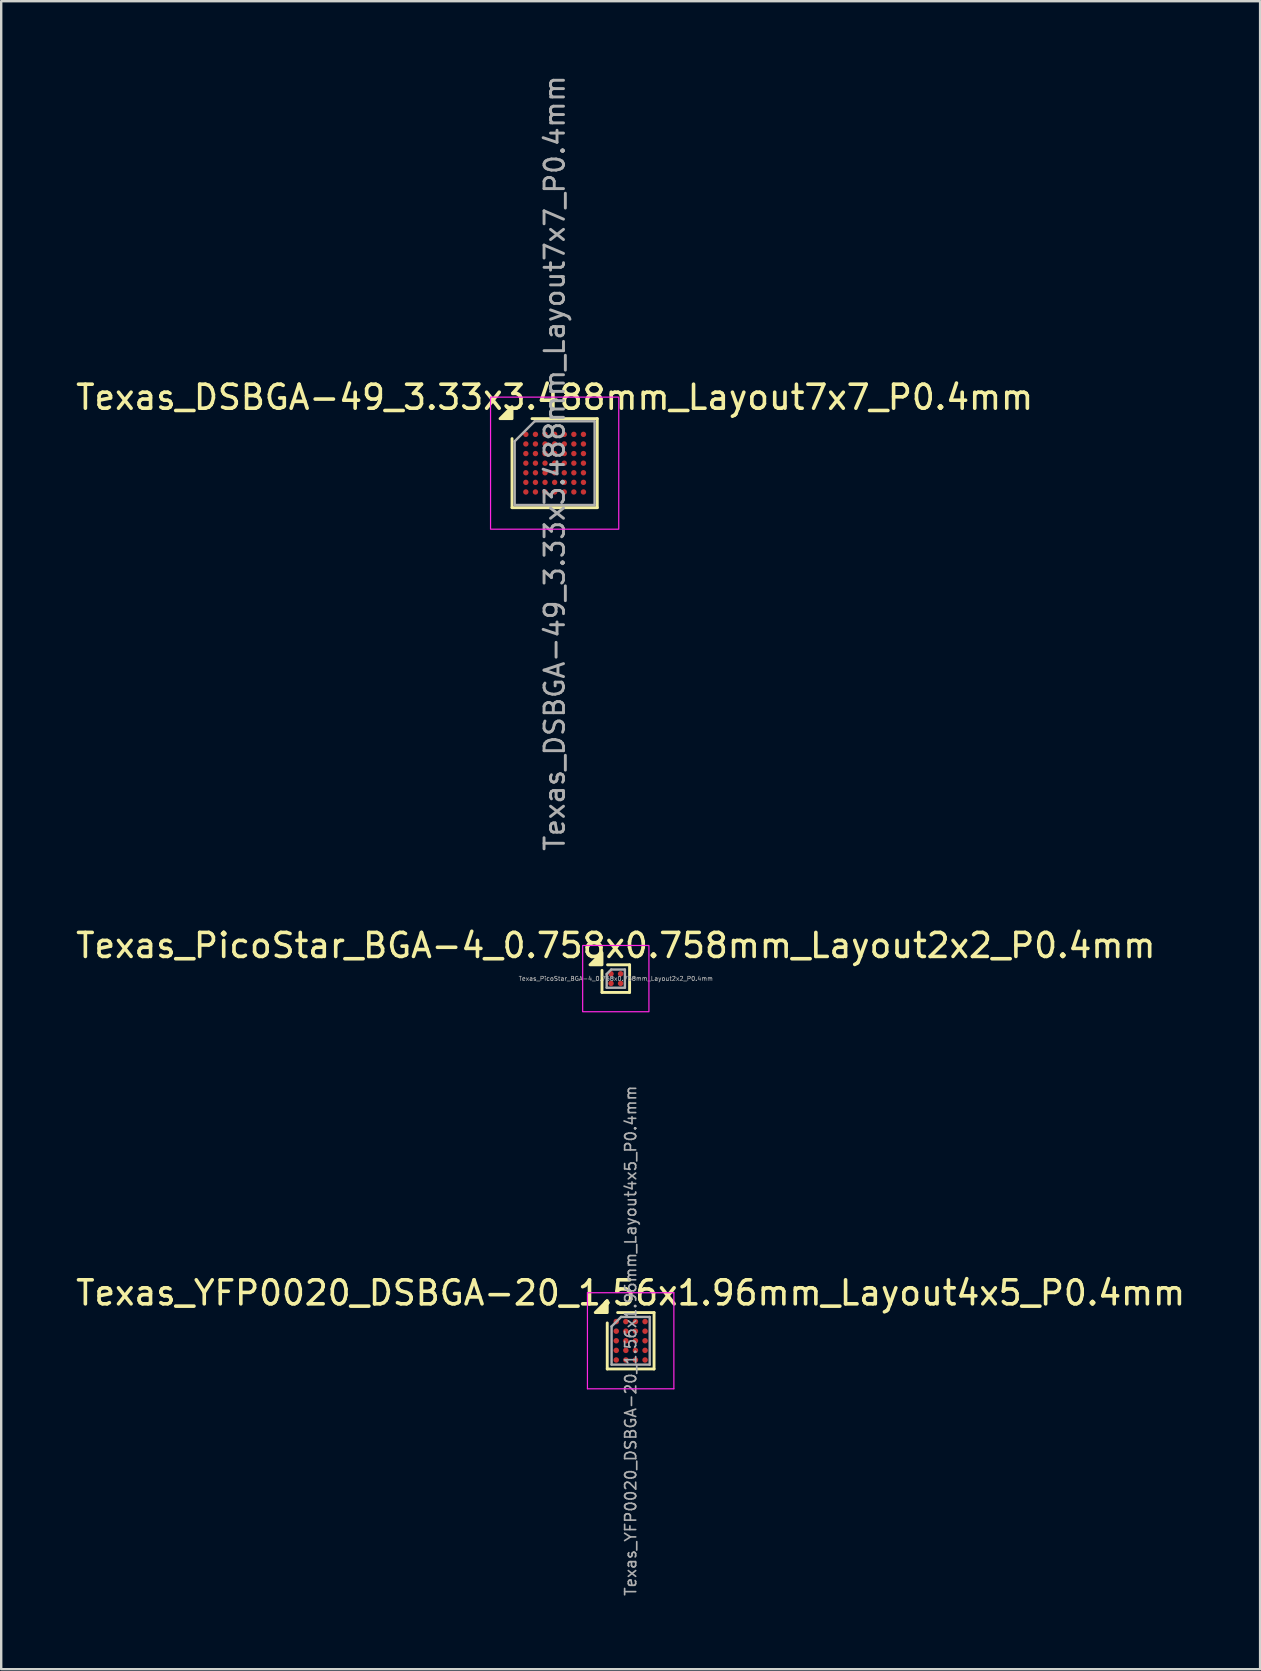
<source format=kicad_pcb>
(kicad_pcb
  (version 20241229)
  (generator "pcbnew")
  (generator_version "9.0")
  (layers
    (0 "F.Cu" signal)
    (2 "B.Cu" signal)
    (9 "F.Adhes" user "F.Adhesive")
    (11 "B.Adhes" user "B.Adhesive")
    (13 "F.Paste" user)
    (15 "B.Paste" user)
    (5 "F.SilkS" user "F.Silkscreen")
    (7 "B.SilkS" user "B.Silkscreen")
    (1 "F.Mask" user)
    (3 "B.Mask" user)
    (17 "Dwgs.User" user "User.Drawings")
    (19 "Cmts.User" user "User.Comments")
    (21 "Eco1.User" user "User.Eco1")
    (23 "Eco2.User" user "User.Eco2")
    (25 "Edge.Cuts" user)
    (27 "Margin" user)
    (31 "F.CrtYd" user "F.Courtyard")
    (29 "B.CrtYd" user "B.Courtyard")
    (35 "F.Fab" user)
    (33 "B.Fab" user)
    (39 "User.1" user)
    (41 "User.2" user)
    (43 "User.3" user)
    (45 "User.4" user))
  (footprint "Texas_YFP0020_DSBGA-20_1.56x1.96mm_Layout4x5_P0.4mm"
    (layer "F.Cu")
    (at 23.22 52.8)
    (property "Reference" "Texas_YFP0020_DSBGA-20_1.56x1.96mm_Layout4x5_P0.4mm" (at 0 -1.994 0) (layer "F.SilkS") (effects (font (size 1 1) (thickness 0.15))))
    (attr smd)
    (fp_line (start -0.975 1.175) (end -0.975 -0.743) (stroke (width 0.12) (type solid)) (layer "F.SilkS"))
    (fp_line (start -0.542 -1.175) (end 0.975 -1.175) (stroke (width 0.12) (type solid)) (layer "F.SilkS"))
    (fp_line (start 0.975 -1.175) (end 0.975 1.175) (stroke (width 0.12) (type solid)) (layer "F.SilkS"))
    (fp_line (start 0.975 1.175) (end -0.975 1.175) (stroke (width 0.12) (type solid)) (layer "F.SilkS"))
    (fp_poly (pts (xy -0.975 -1.175) (xy -1.475 -1.175) (xy -0.975 -1.675) (xy -0.975 -1.175)) (stroke (width 0.12) (type solid)) (fill yes) (layer "F.SilkS"))
    (fp_line (start -1.8 -2) (end -1.8 2) (stroke (width 0.05) (type solid)) (layer "F.CrtYd"))
    (fp_line (start -1.8 2) (end 1.8 2) (stroke (width 0.05) (type solid)) (layer "F.CrtYd"))
    (fp_line (start 1.8 -2) (end -1.8 -2) (stroke (width 0.05) (type solid)) (layer "F.CrtYd"))
    (fp_line (start 1.8 2) (end 1.8 -2) (stroke (width 0.05) (type solid)) (layer "F.CrtYd"))
    (fp_line (start -0.794 -0.597) (end -0.397 -0.994) (stroke (width 0.1) (type solid)) (layer "F.Fab"))
    (fp_line (start -0.794 0.994) (end -0.794 -0.597) (stroke (width 0.1) (type solid)) (layer "F.Fab"))
    (fp_line (start -0.397 -0.994) (end 0.794 -0.994) (stroke (width 0.1) (type solid)) (layer "F.Fab"))
    (fp_line (start 0.794 -0.994) (end 0.794 0.994) (stroke (width 0.1) (type solid)) (layer "F.Fab"))
    (fp_line (start 0.794 0.994) (end -0.794 0.994) (stroke (width 0.1) (type solid)) (layer "F.Fab"))
    (fp_text user "${REFERENCE}" (at 0 0 270) (layer "F.Fab") (effects (font (size 0.46 0.46) (thickness 0.069))))
    (pad "A1" smd circle (at -0.6 -0.8) (size 0.23 0.23) (property pad_prop_bga) (layers "F.Cu" "F.Mask" "F.Paste"))
    (pad "A2" smd circle (at -0.2 -0.8) (size 0.23 0.23) (property pad_prop_bga) (layers "F.Cu" "F.Mask" "F.Paste"))
    (pad "A3" smd circle (at 0.2 -0.8) (size 0.23 0.23) (property pad_prop_bga) (layers "F.Cu" "F.Mask" "F.Paste"))
    (pad "A4" smd circle (at 0.6 -0.8) (size 0.23 0.23) (property pad_prop_bga) (layers "F.Cu" "F.Mask" "F.Paste"))
    (pad "B1" smd circle (at -0.6 -0.4) (size 0.23 0.23) (property pad_prop_bga) (layers "F.Cu" "F.Mask" "F.Paste"))
    (pad "B2" smd circle (at -0.2 -0.4) (size 0.23 0.23) (property pad_prop_bga) (layers "F.Cu" "F.Mask" "F.Paste"))
    (pad "B3" smd circle (at 0.2 -0.4) (size 0.23 0.23) (property pad_prop_bga) (layers "F.Cu" "F.Mask" "F.Paste"))
    (pad "B4" smd circle (at 0.6 -0.4) (size 0.23 0.23) (property pad_prop_bga) (layers "F.Cu" "F.Mask" "F.Paste"))
    (pad "C1" smd circle (at -0.6 0) (size 0.23 0.23) (property pad_prop_bga) (layers "F.Cu" "F.Mask" "F.Paste"))
    (pad "C2" smd circle (at -0.2 0) (size 0.23 0.23) (property pad_prop_bga) (layers "F.Cu" "F.Mask" "F.Paste"))
    (pad "C3" smd circle (at 0.2 0) (size 0.23 0.23) (property pad_prop_bga) (layers "F.Cu" "F.Mask" "F.Paste"))
    (pad "C4" smd circle (at 0.6 0) (size 0.23 0.23) (property pad_prop_bga) (layers "F.Cu" "F.Mask" "F.Paste"))
    (pad "D1" smd circle (at -0.6 0.4) (size 0.23 0.23) (property pad_prop_bga) (layers "F.Cu" "F.Mask" "F.Paste"))
    (pad "D2" smd circle (at -0.2 0.4) (size 0.23 0.23) (property pad_prop_bga) (layers "F.Cu" "F.Mask" "F.Paste"))
    (pad "D3" smd circle (at 0.2 0.4) (size 0.23 0.23) (property pad_prop_bga) (layers "F.Cu" "F.Mask" "F.Paste"))
    (pad "D4" smd circle (at 0.6 0.4) (size 0.23 0.23) (property pad_prop_bga) (layers "F.Cu" "F.Mask" "F.Paste"))
    (pad "E1" smd circle (at -0.6 0.8) (size 0.23 0.23) (property pad_prop_bga) (layers "F.Cu" "F.Mask" "F.Paste"))
    (pad "E2" smd circle (at -0.2 0.8) (size 0.23 0.23) (property pad_prop_bga) (layers "F.Cu" "F.Mask" "F.Paste"))
    (pad "E3" smd circle (at 0.2 0.8) (size 0.23 0.23) (property pad_prop_bga) (layers "F.Cu" "F.Mask" "F.Paste"))
    (pad "E4" smd circle (at 0.6 0.8) (size 0.23 0.23) (property pad_prop_bga) (layers "F.Cu" "F.Mask" "F.Paste")))
  (footprint "Texas_DSBGA-49_3.33x3.488mm_Layout7x7_P0.4mm"
    (layer "F.Cu")
    (at 20.054 16.243)
    (property "Reference" "Texas_DSBGA-49_3.33x3.488mm_Layout7x7_P0.4mm" (at 0 -2.744 0) (layer "F.SilkS") (effects (font (size 1 1) (thickness 0.15))))
    (attr smd)
    (fp_line (start -1.775 1.854) (end -1.775 -1.022) (stroke (width 0.12) (type solid)) (layer "F.SilkS"))
    (fp_line (start -0.943 -1.854) (end 1.775 -1.854) (stroke (width 0.12) (type solid)) (layer "F.SilkS"))
    (fp_line (start 1.775 -1.854) (end 1.775 1.854) (stroke (width 0.12) (type solid)) (layer "F.SilkS"))
    (fp_line (start 1.775 1.854) (end -1.775 1.854) (stroke (width 0.12) (type solid)) (layer "F.SilkS"))
    (fp_poly (pts (xy -1.775 -1.854) (xy -2.275 -1.854) (xy -1.775 -2.354)) (stroke (width 0.12) (type solid)) (fill yes) (layer "F.SilkS"))
    (fp_rect (start -2.67 -2.75) (end 2.67 2.75) (stroke (width 0.05) (type solid)) (fill no) (layer "F.CrtYd"))
    (fp_line (start -1.665 -0.911) (end -0.833 -1.744) (stroke (width 0.1) (type solid)) (layer "F.Fab"))
    (fp_line (start -1.665 1.744) (end -1.665 -0.911) (stroke (width 0.1) (type solid)) (layer "F.Fab"))
    (fp_line (start -0.833 -1.744) (end 1.665 -1.744) (stroke (width 0.1) (type solid)) (layer "F.Fab"))
    (fp_line (start 1.665 -1.744) (end 1.665 1.744) (stroke (width 0.1) (type solid)) (layer "F.Fab"))
    (fp_line (start 1.665 1.744) (end -1.665 1.744) (stroke (width 0.1) (type solid)) (layer "F.Fab"))
    (fp_text user "${REFERENCE}" (at 0 0 270) (layer "F.Fab") (effects (font (size 0.81 0.81) (thickness 0.121))))
    (pad "A1" smd circle (at -1.2 -1.2) (size 0.225 0.225) (property pad_prop_bga) (layers "F.Cu" "F.Mask" "F.Paste"))
    (pad "A2" smd circle (at -0.8 -1.2) (size 0.225 0.225) (property pad_prop_bga) (layers "F.Cu" "F.Mask" "F.Paste"))
    (pad "A3" smd circle (at -0.4 -1.2) (size 0.225 0.225) (property pad_prop_bga) (layers "F.Cu" "F.Mask" "F.Paste"))
    (pad "A4" smd circle (at 0 -1.2) (size 0.225 0.225) (property pad_prop_bga) (layers "F.Cu" "F.Mask" "F.Paste"))
    (pad "A5" smd circle (at 0.4 -1.2) (size 0.225 0.225) (property pad_prop_bga) (layers "F.Cu" "F.Mask" "F.Paste"))
    (pad "A6" smd circle (at 0.8 -1.2) (size 0.225 0.225) (property pad_prop_bga) (layers "F.Cu" "F.Mask" "F.Paste"))
    (pad "A7" smd circle (at 1.2 -1.2) (size 0.225 0.225) (property pad_prop_bga) (layers "F.Cu" "F.Mask" "F.Paste"))
    (pad "B1" smd circle (at -1.2 -0.8) (size 0.225 0.225) (property pad_prop_bga) (layers "F.Cu" "F.Mask" "F.Paste"))
    (pad "B2" smd circle (at -0.8 -0.8) (size 0.225 0.225) (property pad_prop_bga) (layers "F.Cu" "F.Mask" "F.Paste"))
    (pad "B3" smd circle (at -0.4 -0.8) (size 0.225 0.225) (property pad_prop_bga) (layers "F.Cu" "F.Mask" "F.Paste"))
    (pad "B4" smd circle (at 0 -0.8) (size 0.225 0.225) (property pad_prop_bga) (layers "F.Cu" "F.Mask" "F.Paste"))
    (pad "B5" smd circle (at 0.4 -0.8) (size 0.225 0.225) (property pad_prop_bga) (layers "F.Cu" "F.Mask" "F.Paste"))
    (pad "B6" smd circle (at 0.8 -0.8) (size 0.225 0.225) (property pad_prop_bga) (layers "F.Cu" "F.Mask" "F.Paste"))
    (pad "B7" smd circle (at 1.2 -0.8) (size 0.225 0.225) (property pad_prop_bga) (layers "F.Cu" "F.Mask" "F.Paste"))
    (pad "C1" smd circle (at -1.2 -0.4) (size 0.225 0.225) (property pad_prop_bga) (layers "F.Cu" "F.Mask" "F.Paste"))
    (pad "C2" smd circle (at -0.8 -0.4) (size 0.225 0.225) (property pad_prop_bga) (layers "F.Cu" "F.Mask" "F.Paste"))
    (pad "C3" smd circle (at -0.4 -0.4) (size 0.225 0.225) (property pad_prop_bga) (layers "F.Cu" "F.Mask" "F.Paste"))
    (pad "C4" smd circle (at 0 -0.4) (size 0.225 0.225) (property pad_prop_bga) (layers "F.Cu" "F.Mask" "F.Paste"))
    (pad "C5" smd circle (at 0.4 -0.4) (size 0.225 0.225) (property pad_prop_bga) (layers "F.Cu" "F.Mask" "F.Paste"))
    (pad "C6" smd circle (at 0.8 -0.4) (size 0.225 0.225) (property pad_prop_bga) (layers "F.Cu" "F.Mask" "F.Paste"))
    (pad "C7" smd circle (at 1.2 -0.4) (size 0.225 0.225) (property pad_prop_bga) (layers "F.Cu" "F.Mask" "F.Paste"))
    (pad "D1" smd circle (at -1.2 0) (size 0.225 0.225) (property pad_prop_bga) (layers "F.Cu" "F.Mask" "F.Paste"))
    (pad "D2" smd circle (at -0.8 0) (size 0.225 0.225) (property pad_prop_bga) (layers "F.Cu" "F.Mask" "F.Paste"))
    (pad "D3" smd circle (at -0.4 0) (size 0.225 0.225) (property pad_prop_bga) (layers "F.Cu" "F.Mask" "F.Paste"))
    (pad "D4" smd circle (at 0 0) (size 0.225 0.225) (property pad_prop_bga) (layers "F.Cu" "F.Mask" "F.Paste"))
    (pad "D5" smd circle (at 0.4 0) (size 0.225 0.225) (property pad_prop_bga) (layers "F.Cu" "F.Mask" "F.Paste"))
    (pad "D6" smd circle (at 0.8 0) (size 0.225 0.225) (property pad_prop_bga) (layers "F.Cu" "F.Mask" "F.Paste"))
    (pad "D7" smd circle (at 1.2 0) (size 0.225 0.225) (property pad_prop_bga) (layers "F.Cu" "F.Mask" "F.Paste"))
    (pad "E1" smd circle (at -1.2 0.4) (size 0.225 0.225) (property pad_prop_bga) (layers "F.Cu" "F.Mask" "F.Paste"))
    (pad "E2" smd circle (at -0.8 0.4) (size 0.225 0.225) (property pad_prop_bga) (layers "F.Cu" "F.Mask" "F.Paste"))
    (pad "E3" smd circle (at -0.4 0.4) (size 0.225 0.225) (property pad_prop_bga) (layers "F.Cu" "F.Mask" "F.Paste"))
    (pad "E4" smd circle (at 0 0.4) (size 0.225 0.225) (property pad_prop_bga) (layers "F.Cu" "F.Mask" "F.Paste"))
    (pad "E5" smd circle (at 0.4 0.4) (size 0.225 0.225) (property pad_prop_bga) (layers "F.Cu" "F.Mask" "F.Paste"))
    (pad "E6" smd circle (at 0.8 0.4) (size 0.225 0.225) (property pad_prop_bga) (layers "F.Cu" "F.Mask" "F.Paste"))
    (pad "E7" smd circle (at 1.2 0.4) (size 0.225 0.225) (property pad_prop_bga) (layers "F.Cu" "F.Mask" "F.Paste"))
    (pad "F1" smd circle (at -1.2 0.8) (size 0.225 0.225) (property pad_prop_bga) (layers "F.Cu" "F.Mask" "F.Paste"))
    (pad "F2" smd circle (at -0.8 0.8) (size 0.225 0.225) (property pad_prop_bga) (layers "F.Cu" "F.Mask" "F.Paste"))
    (pad "F3" smd circle (at -0.4 0.8) (size 0.225 0.225) (property pad_prop_bga) (layers "F.Cu" "F.Mask" "F.Paste"))
    (pad "F4" smd circle (at 0 0.8) (size 0.225 0.225) (property pad_prop_bga) (layers "F.Cu" "F.Mask" "F.Paste"))
    (pad "F5" smd circle (at 0.4 0.8) (size 0.225 0.225) (property pad_prop_bga) (layers "F.Cu" "F.Mask" "F.Paste"))
    (pad "F6" smd circle (at 0.8 0.8) (size 0.225 0.225) (property pad_prop_bga) (layers "F.Cu" "F.Mask" "F.Paste"))
    (pad "F7" smd circle (at 1.2 0.8) (size 0.225 0.225) (property pad_prop_bga) (layers "F.Cu" "F.Mask" "F.Paste"))
    (pad "G1" smd circle (at -1.2 1.2) (size 0.225 0.225) (property pad_prop_bga) (layers "F.Cu" "F.Mask" "F.Paste"))
    (pad "G2" smd circle (at -0.8 1.2) (size 0.225 0.225) (property pad_prop_bga) (layers "F.Cu" "F.Mask" "F.Paste"))
    (pad "G3" smd circle (at -0.4 1.2) (size 0.225 0.225) (property pad_prop_bga) (layers "F.Cu" "F.Mask" "F.Paste"))
    (pad "G4" smd circle (at 0 1.2) (size 0.225 0.225) (property pad_prop_bga) (layers "F.Cu" "F.Mask" "F.Paste"))
    (pad "G5" smd circle (at 0.4 1.2) (size 0.225 0.225) (property pad_prop_bga) (layers "F.Cu" "F.Mask" "F.Paste"))
    (pad "G6" smd circle (at 0.8 1.2) (size 0.225 0.225) (property pad_prop_bga) (layers "F.Cu" "F.Mask" "F.Paste"))
    (pad "G7" smd circle (at 1.2 1.2) (size 0.225 0.225) (property pad_prop_bga) (layers "F.Cu" "F.Mask" "F.Paste")))
  (footprint "Texas_PicoStar_BGA-4_0.758x0.758mm_Layout2x2_P0.4mm"
    (layer "F.Cu")
    (at 22.601 37.714)
    (property "Reference" "Texas_PicoStar_BGA-4_0.758x0.758mm_Layout2x2_P0.4mm" (at 0 -1.379 0) (layer "F.SilkS") (effects (font (size 1 1) (thickness 0.15))))
    (attr smd)
    (fp_line (start -0.575 0.575) (end -0.575 -0.343) (stroke (width 0.12) (type solid)) (layer "F.SilkS"))
    (fp_line (start -0.343 -0.575) (end 0.575 -0.575) (stroke (width 0.12) (type solid)) (layer "F.SilkS"))
    (fp_line (start 0.575 -0.575) (end 0.575 0.575) (stroke (width 0.12) (type solid)) (layer "F.SilkS"))
    (fp_line (start 0.575 0.575) (end -0.575 0.575) (stroke (width 0.12) (type solid)) (layer "F.SilkS"))
    (fp_poly (pts (xy -0.575 -0.575) (xy -1.075 -0.575) (xy -0.575 -1.075)) (stroke (width 0.12) (type solid)) (fill yes) (layer "F.SilkS"))
    (fp_rect (start -1.38 -1.38) (end 1.38 1.38) (stroke (width 0.05) (type solid)) (fill no) (layer "F.CrtYd"))
    (fp_line (start -0.379 -0.19) (end -0.19 -0.379) (stroke (width 0.1) (type solid)) (layer "F.Fab"))
    (fp_line (start -0.379 0.379) (end -0.379 -0.19) (stroke (width 0.1) (type solid)) (layer "F.Fab"))
    (fp_line (start -0.19 -0.379) (end 0.379 -0.379) (stroke (width 0.1) (type solid)) (layer "F.Fab"))
    (fp_line (start 0.379 -0.379) (end 0.379 0.379) (stroke (width 0.1) (type solid)) (layer "F.Fab"))
    (fp_line (start 0.379 0.379) (end -0.379 0.379) (stroke (width 0.1) (type solid)) (layer "F.Fab"))
    (fp_text user "${REFERENCE}" (at 0 0 0) (layer "F.Fab") (effects (font (size 0.18 0.18) (thickness 0.027))))
    (pad "A1" smd circle (at -0.2 -0.2) (size 0.23 0.23) (property pad_prop_bga) (layers "F.Cu" "F.Mask" "F.Paste"))
    (pad "A2" smd circle (at 0.2 -0.2) (size 0.23 0.23) (property pad_prop_bga) (layers "F.Cu" "F.Mask" "F.Paste"))
    (pad "B1" smd circle (at -0.2 0.2) (size 0.23 0.23) (property pad_prop_bga) (layers "F.Cu" "F.Mask" "F.Paste"))
    (pad "B2" smd circle (at 0.2 0.2) (size 0.23 0.23) (property pad_prop_bga) (layers "F.Cu" "F.Mask" "F.Paste")))
  (gr_rect
    (start -3 -3)
    (end 49.44 66.482)
    (stroke (width 0.1) (type default))
    (fill no)
    (layer "Edge.Cuts")))
</source>
